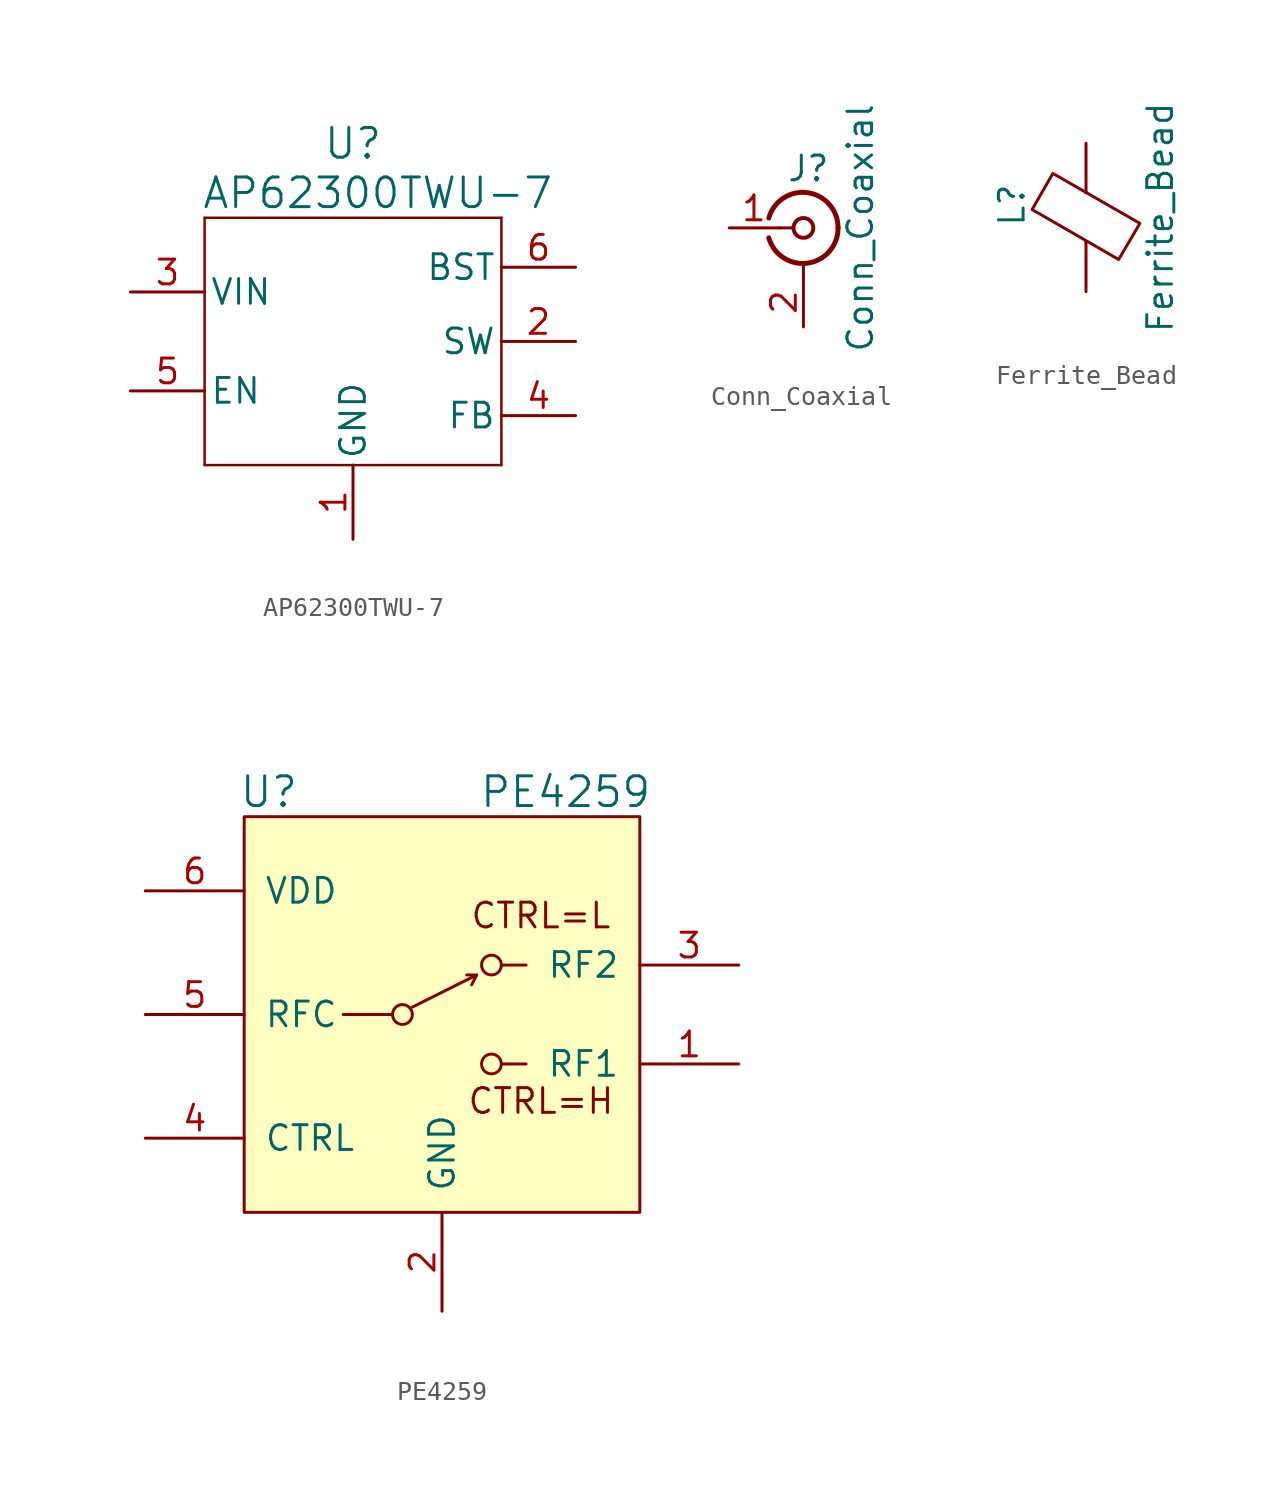
<source format=kicad_sym>
(kicad_symbol_lib
  (version 20220914)
  (generator kicad_symbol_editor)
  (symbol "AP62300TWU-7"
    (pin_names
      (offset 0.254))
    (property "Reference" "U"
      (at 15.24 6.35 0)
      (effects (font (size 1.524 1.524))))
    (property "Value" "AP62300TWU-7"
      (at 16.51 3.81 0)
      (effects (font (size 1.524 1.524))))
    (symbol "AP62300TWU-7_0_1"
      (polyline (pts (xy 7.62 -10.16) (xy 22.86 -10.16)) (stroke (width 0.127) (type default)) (fill (type none)))
      (polyline (pts (xy 7.62 2.54) (xy 7.62 -10.16)) (stroke (width 0.127) (type default)) (fill (type none)))
      (polyline (pts (xy 22.86 -10.16) (xy 22.86 2.54)) (stroke (width 0.127) (type default)) (fill (type none)))
      (polyline (pts (xy 22.86 2.54) (xy 7.62 2.54)) (stroke (width 0.127) (type default)) (fill (type none))))
    (symbol "AP62300TWU-7_1_1"
      (pin power_in line (at 15.24 -13.97 90) (length 3.81) (name "GND" (effects (font (size 1.27 1.27)))) (number "1" (effects (font (size 1.27 1.27)))))
      (pin power_out line (at 26.67 -3.81 180) (length 3.81) (name "SW" (effects (font (size 1.27 1.27)))) (number "2" (effects (font (size 1.27 1.27)))))
      (pin power_in line (at 3.81 -1.27 0) (length 3.81) (name "VIN" (effects (font (size 1.27 1.27)))) (number "3" (effects (font (size 1.27 1.27)))))
      (pin passive line (at 26.67 -7.62 180) (length 3.81) (name "FB" (effects (font (size 1.27 1.27)))) (number "4" (effects (font (size 1.27 1.27)))))
      (pin input line (at 3.81 -6.35 0) (length 3.81) (name "EN" (effects (font (size 1.27 1.27)))) (number "5" (effects (font (size 1.27 1.27)))))
      (pin passive line (at 26.67 0 180) (length 3.81) (name "BST" (effects (font (size 1.27 1.27)))) (number "6" (effects (font (size 1.27 1.27)))))))
  (symbol "Conn_Coaxial"
    (pin_names
      (offset 1.016) hide)
    (property "Reference" "J"
      (at 0.254 3.048 0)
      (effects (font (size 1.27 1.27))))
    (property "Value" "Conn_Coaxial"
      (at 2.921 0 90)
      (effects (font (size 1.27 1.27))))
    (symbol "Conn_Coaxial_0_1"
      (arc (start -1.778 -0.508) (mid 0.2311 -1.8066) (end 1.778 0) (stroke (width 0.254) (type solid)) (fill (type none)))
      (polyline (pts (xy -1.27 0) (xy -0.508 0)) (stroke (width 0) (type solid)) (fill (type none)))
      (polyline (pts (xy 0 -2.54) (xy 0 -1.778)) (stroke (width 0) (type solid)) (fill (type none)))
      (circle (center 0 0) (radius 0.508) (stroke (width 0.203) (type solid)) (fill (type none)))
      (arc (start 1.778 0) (mid 0.2099 1.8101) (end -1.778 0.508) (stroke (width 0.254) (type solid)) (fill (type none))))
    (symbol "Conn_Coaxial_1_1"
      (pin passive line (at -3.81 0 0) (length 2.54) (name "In" (effects (font (size 1.27 1.27)))) (number "1" (effects (font (size 1.27 1.27)))))
      (pin passive line (at 0 -5.08 90) (length 2.54) (name "Ext" (effects (font (size 1.27 1.27)))) (number "2" (effects (font (size 1.27 1.27)))))))
  (symbol "Ferrite_Bead"
    (pin_numbers hide)
    (pin_names
      (offset 0))
    (property "Reference" "L"
      (at -3.81 0.635 90)
      (effects (font (size 1.27 1.27))))
    (property "Value" "Ferrite_Bead"
      (at 3.81 0 90)
      (effects (font (size 1.27 1.27))))
    (symbol "Ferrite_Bead_0_1"
      (polyline (pts (xy 0 -1.27) (xy 0 -1.219)) (stroke (width 0) (type solid)) (fill (type none)))
      (polyline (pts (xy 0 1.27) (xy 0 1.295)) (stroke (width 0) (type solid)) (fill (type none)))
      (polyline (pts (xy -2.769 0.406) (xy -1.702 2.261) (xy 2.769 -0.305) (xy 1.676 -2.159) (xy -2.769 0.406)) (stroke (width 0) (type solid)) (fill (type none))))
    (symbol "Ferrite_Bead_1_1"
      (pin passive line (at 0 3.81 270) (length 2.54) (name "~" (effects (font (size 1.27 1.27)))) (number "1" (effects (font (size 1.27 1.27)))))
      (pin passive line (at 0 -3.81 90) (length 2.54) (name "~" (effects (font (size 1.27 1.27)))) (number "2" (effects (font (size 1.27 1.27)))))))
  (symbol "PE4259"
    (pin_names
      (offset 1.016))
    (property "Reference" "U"
      (at -8.89 11.43 0)
      (effects (font (size 1.524 1.524))))
    (property "Value" "PE4259"
      (at 6.35 11.43 0)
      (effects (font (size 1.524 1.524))))
    (symbol "PE4259_0_0"
      (text "CTRL=H" (at 5.08 -4.445 0) (effects (font (size 1.27 1.27))))
      (text "CTRL=L" (at 5.08 5.08 0) (effects (font (size 1.27 1.27)))))
    (symbol "PE4259_0_1"
      (rectangle (start -10.16 10.16) (end 10.16 -10.16) (stroke (width 0) (type solid)) (fill (type background)))
      (circle (center -2.032 0) (radius 0.508) (stroke (width 0) (type solid)) (fill (type none)))
      (polyline (pts (xy -3.81 0) (xy -5.08 0)) (stroke (width 0) (type solid)) (fill (type none)))
      (polyline (pts (xy -3.81 0) (xy -2.54 0)) (stroke (width 0) (type solid)) (fill (type none)))
      (polyline (pts (xy -1.524 0.381) (xy 1.778 2.032)) (stroke (width 0) (type solid)) (fill (type none)))
      (polyline (pts (xy 1.651 2.032) (xy 1.27 2.032)) (stroke (width 0) (type solid)) (fill (type none)))
      (polyline (pts (xy 1.778 2.032) (xy 1.524 1.524)) (stroke (width 0) (type solid)) (fill (type none)))
      (polyline (pts (xy 3.048 -2.54) (xy 4.318 -2.54)) (stroke (width 0) (type solid)) (fill (type none)))
      (polyline (pts (xy 3.048 2.54) (xy 4.318 2.54)) (stroke (width 0) (type solid)) (fill (type none)))
      (circle (center 2.54 -2.54) (radius 0.508) (stroke (width 0) (type solid)) (fill (type none)))
      (circle (center 2.54 2.54) (radius 0.508) (stroke (width 0) (type solid)) (fill (type none))))
    (symbol "PE4259_1_1"
      (pin passive line (at 15.24 -2.54 180) (length 5.08) (name "RF1" (effects (font (size 1.27 1.27)))) (number "1" (effects (font (size 1.27 1.27)))))
      (pin passive line (at 0 -15.24 90) (length 5.08) (name "GND" (effects (font (size 1.27 1.27)))) (number "2" (effects (font (size 1.27 1.27)))))
      (pin passive line (at 15.24 2.54 180) (length 5.08) (name "RF2" (effects (font (size 1.27 1.27)))) (number "3" (effects (font (size 1.27 1.27)))))
      (pin passive line (at -15.24 -6.35 0) (length 5.08) (name "CTRL" (effects (font (size 1.27 1.27)))) (number "4" (effects (font (size 1.27 1.27)))))
      (pin passive line (at -15.24 0 0) (length 5.08) (name "RFC" (effects (font (size 1.27 1.27)))) (number "5" (effects (font (size 1.27 1.27)))))
      (pin passive line (at -15.24 6.35 0) (length 5.08) (name "VDD" (effects (font (size 1.27 1.27)))) (number "6" (effects (font (size 1.27 1.27))))))))
</source>
